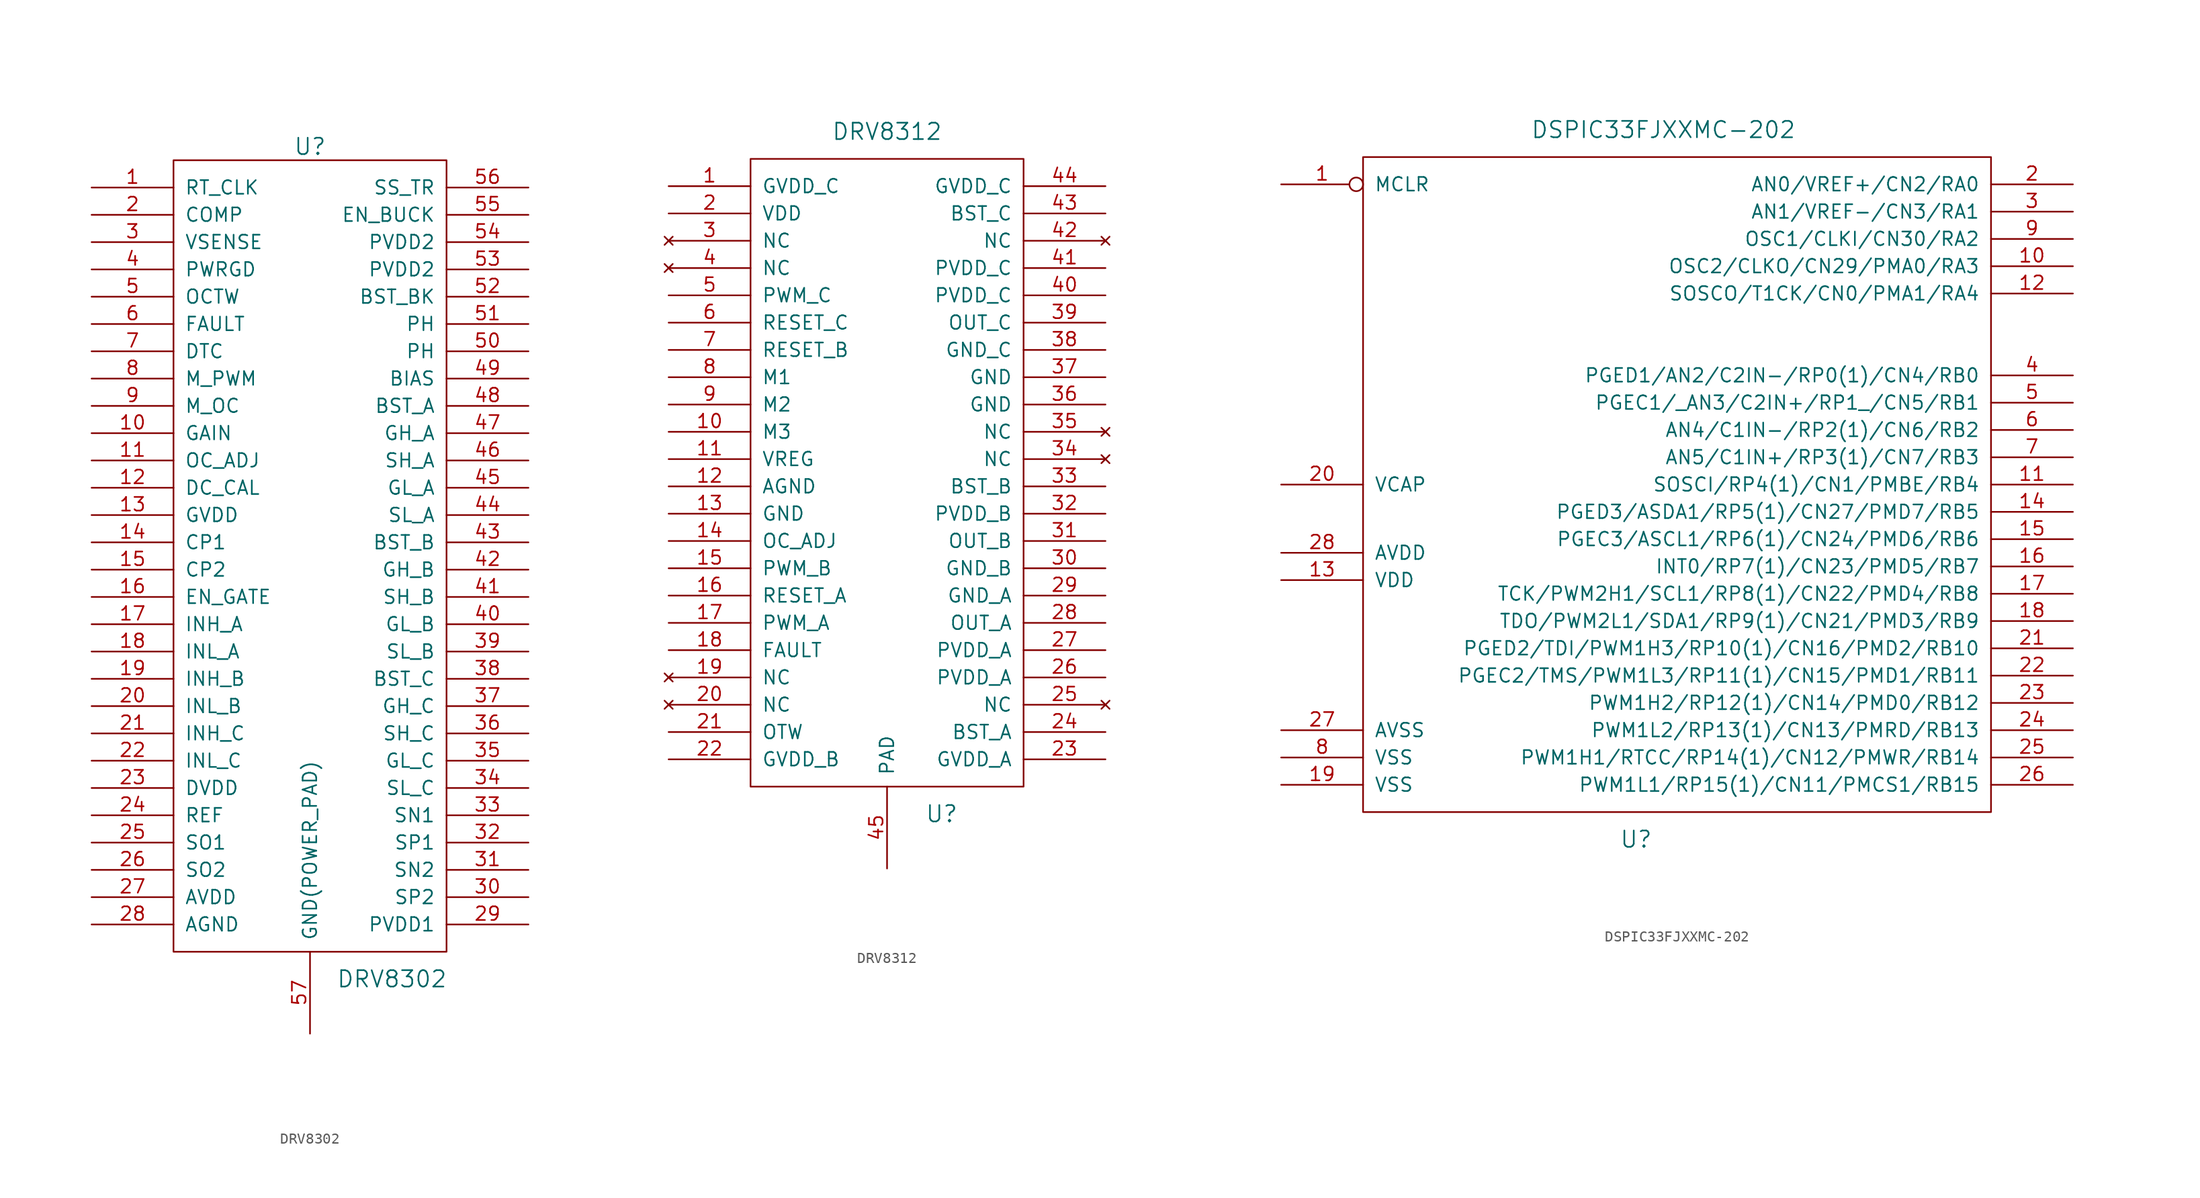
<source format=kicad_sym>
(kicad_symbol_lib
  (version 20231120)
  (generator "kicad_symbol_editor")
  (generator_version "8.0")
  (symbol "DRV8302"
    (pin_names
      (offset 1.016))
    (property "Reference" "U"
      (at 0 38.1 0)
      (effects (font (size 1.524 1.524))))
    (property "Value" "DRV8302"
      (at 7.62 -39.37 0)
      (effects (font (size 1.524 1.524))))
    (property "Footprint" ""
      (at 0 0 0)
      (effects (font (size 1.524 1.524))))
    (property "Datasheet" ""
      (at 0 0 0)
      (effects (font (size 1.524 1.524))))
    (symbol "DRV8302_0_1"
      (rectangle (start 12.7 -36.83) (end -12.7 36.83) (stroke (width 0) (type solid)) (fill (type none))))
    (symbol "DRV8302_1_0"
      (pin passive line (at 20.32 21.59 180) (length 7.62) (name "PH" (effects (font (size 1.27 1.27)))) (number "51" (effects (font (size 1.27 1.27))))))
    (symbol "DRV8302_1_1"
      (pin input line (at -20.32 34.29 0) (length 7.62) (name "RT_CLK" (effects (font (size 1.27 1.27)))) (number "1" (effects (font (size 1.27 1.27)))))
      (pin input line (at -20.32 11.43 0) (length 7.62) (name "GAIN" (effects (font (size 1.27 1.27)))) (number "10" (effects (font (size 1.27 1.27)))))
      (pin input line (at -20.32 8.89 0) (length 7.62) (name "OC_ADJ" (effects (font (size 1.27 1.27)))) (number "11" (effects (font (size 1.27 1.27)))))
      (pin input line (at -20.32 6.35 0) (length 7.62) (name "DC_CAL" (effects (font (size 1.27 1.27)))) (number "12" (effects (font (size 1.27 1.27)))))
      (pin power_out line (at -20.32 3.81 0) (length 7.62) (name "GVDD" (effects (font (size 1.27 1.27)))) (number "13" (effects (font (size 1.27 1.27)))))
      (pin power_out line (at -20.32 1.27 0) (length 7.62) (name "CP1" (effects (font (size 1.27 1.27)))) (number "14" (effects (font (size 1.27 1.27)))))
      (pin power_out line (at -20.32 -1.27 0) (length 7.62) (name "CP2" (effects (font (size 1.27 1.27)))) (number "15" (effects (font (size 1.27 1.27)))))
      (pin input line (at -20.32 -3.81 0) (length 7.62) (name "EN_GATE" (effects (font (size 1.27 1.27)))) (number "16" (effects (font (size 1.27 1.27)))))
      (pin input line (at -20.32 -6.35 0) (length 7.62) (name "INH_A" (effects (font (size 1.27 1.27)))) (number "17" (effects (font (size 1.27 1.27)))))
      (pin input line (at -20.32 -8.89 0) (length 7.62) (name "INL_A" (effects (font (size 1.27 1.27)))) (number "18" (effects (font (size 1.27 1.27)))))
      (pin input line (at -20.32 -11.43 0) (length 7.62) (name "INH_B" (effects (font (size 1.27 1.27)))) (number "19" (effects (font (size 1.27 1.27)))))
      (pin output line (at -20.32 31.75 0) (length 7.62) (name "COMP" (effects (font (size 1.27 1.27)))) (number "2" (effects (font (size 1.27 1.27)))))
      (pin input line (at -20.32 -13.97 0) (length 7.62) (name "INL_B" (effects (font (size 1.27 1.27)))) (number "20" (effects (font (size 1.27 1.27)))))
      (pin input line (at -20.32 -16.51 0) (length 7.62) (name "INH_C" (effects (font (size 1.27 1.27)))) (number "21" (effects (font (size 1.27 1.27)))))
      (pin input line (at -20.32 -19.05 0) (length 7.62) (name "INL_C" (effects (font (size 1.27 1.27)))) (number "22" (effects (font (size 1.27 1.27)))))
      (pin power_out line (at -20.32 -21.59 0) (length 7.62) (name "DVDD" (effects (font (size 1.27 1.27)))) (number "23" (effects (font (size 1.27 1.27)))))
      (pin input line (at -20.32 -24.13 0) (length 7.62) (name "REF" (effects (font (size 1.27 1.27)))) (number "24" (effects (font (size 1.27 1.27)))))
      (pin output line (at -20.32 -26.67 0) (length 7.62) (name "SO1" (effects (font (size 1.27 1.27)))) (number "25" (effects (font (size 1.27 1.27)))))
      (pin output line (at -20.32 -29.21 0) (length 7.62) (name "SO2" (effects (font (size 1.27 1.27)))) (number "26" (effects (font (size 1.27 1.27)))))
      (pin power_out line (at -20.32 -31.75 0) (length 7.62) (name "AVDD" (effects (font (size 1.27 1.27)))) (number "27" (effects (font (size 1.27 1.27)))))
      (pin power_in line (at -20.32 -34.29 0) (length 7.62) (name "AGND" (effects (font (size 1.27 1.27)))) (number "28" (effects (font (size 1.27 1.27)))))
      (pin power_in line (at 20.32 -34.29 180) (length 7.62) (name "PVDD1" (effects (font (size 1.27 1.27)))) (number "29" (effects (font (size 1.27 1.27)))))
      (pin input line (at -20.32 29.21 0) (length 7.62) (name "VSENSE" (effects (font (size 1.27 1.27)))) (number "3" (effects (font (size 1.27 1.27)))))
      (pin input line (at 20.32 -31.75 180) (length 7.62) (name "SP2" (effects (font (size 1.27 1.27)))) (number "30" (effects (font (size 1.27 1.27)))))
      (pin input line (at 20.32 -29.21 180) (length 7.62) (name "SN2" (effects (font (size 1.27 1.27)))) (number "31" (effects (font (size 1.27 1.27)))))
      (pin input line (at 20.32 -26.67 180) (length 7.62) (name "SP1" (effects (font (size 1.27 1.27)))) (number "32" (effects (font (size 1.27 1.27)))))
      (pin input line (at 20.32 -24.13 180) (length 7.62) (name "SN1" (effects (font (size 1.27 1.27)))) (number "33" (effects (font (size 1.27 1.27)))))
      (pin input line (at 20.32 -21.59 180) (length 7.62) (name "SL_C" (effects (font (size 1.27 1.27)))) (number "34" (effects (font (size 1.27 1.27)))))
      (pin output line (at 20.32 -19.05 180) (length 7.62) (name "GL_C" (effects (font (size 1.27 1.27)))) (number "35" (effects (font (size 1.27 1.27)))))
      (pin input line (at 20.32 -16.51 180) (length 7.62) (name "SH_C" (effects (font (size 1.27 1.27)))) (number "36" (effects (font (size 1.27 1.27)))))
      (pin output line (at 20.32 -13.97 180) (length 7.62) (name "GH_C" (effects (font (size 1.27 1.27)))) (number "37" (effects (font (size 1.27 1.27)))))
      (pin power_out line (at 20.32 -11.43 180) (length 7.62) (name "BST_C" (effects (font (size 1.27 1.27)))) (number "38" (effects (font (size 1.27 1.27)))))
      (pin input line (at 20.32 -8.89 180) (length 7.62) (name "SL_B" (effects (font (size 1.27 1.27)))) (number "39" (effects (font (size 1.27 1.27)))))
      (pin input line (at -20.32 26.67 0) (length 7.62) (name "PWRGD" (effects (font (size 1.27 1.27)))) (number "4" (effects (font (size 1.27 1.27)))))
      (pin output line (at 20.32 -6.35 180) (length 7.62) (name "GL_B" (effects (font (size 1.27 1.27)))) (number "40" (effects (font (size 1.27 1.27)))))
      (pin input line (at 20.32 -3.81 180) (length 7.62) (name "SH_B" (effects (font (size 1.27 1.27)))) (number "41" (effects (font (size 1.27 1.27)))))
      (pin output line (at 20.32 -1.27 180) (length 7.62) (name "GH_B" (effects (font (size 1.27 1.27)))) (number "42" (effects (font (size 1.27 1.27)))))
      (pin power_out line (at 20.32 1.27 180) (length 7.62) (name "BST_B" (effects (font (size 1.27 1.27)))) (number "43" (effects (font (size 1.27 1.27)))))
      (pin input line (at 20.32 3.81 180) (length 7.62) (name "SL_A" (effects (font (size 1.27 1.27)))) (number "44" (effects (font (size 1.27 1.27)))))
      (pin output line (at 20.32 6.35 180) (length 7.62) (name "GL_A" (effects (font (size 1.27 1.27)))) (number "45" (effects (font (size 1.27 1.27)))))
      (pin input line (at 20.32 8.89 180) (length 7.62) (name "SH_A" (effects (font (size 1.27 1.27)))) (number "46" (effects (font (size 1.27 1.27)))))
      (pin output line (at 20.32 11.43 180) (length 7.62) (name "GH_A" (effects (font (size 1.27 1.27)))) (number "47" (effects (font (size 1.27 1.27)))))
      (pin power_out line (at 20.32 13.97 180) (length 7.62) (name "BST_A" (effects (font (size 1.27 1.27)))) (number "48" (effects (font (size 1.27 1.27)))))
      (pin input line (at 20.32 16.51 180) (length 7.62) (name "BIAS" (effects (font (size 1.27 1.27)))) (number "49" (effects (font (size 1.27 1.27)))))
      (pin output line (at -20.32 24.13 0) (length 7.62) (name "OCTW" (effects (font (size 1.27 1.27)))) (number "5" (effects (font (size 1.27 1.27)))))
      (pin output line (at 20.32 19.05 180) (length 7.62) (name "PH" (effects (font (size 1.27 1.27)))) (number "50" (effects (font (size 1.27 1.27)))))
      (pin power_out line (at 20.32 24.13 180) (length 7.62) (name "BST_BK" (effects (font (size 1.27 1.27)))) (number "52" (effects (font (size 1.27 1.27)))))
      (pin power_in line (at 20.32 26.67 180) (length 7.62) (name "PVDD2" (effects (font (size 1.27 1.27)))) (number "53" (effects (font (size 1.27 1.27)))))
      (pin power_in line (at 20.32 29.21 180) (length 7.62) (name "PVDD2" (effects (font (size 1.27 1.27)))) (number "54" (effects (font (size 1.27 1.27)))))
      (pin input line (at 20.32 31.75 180) (length 7.62) (name "EN_BUCK" (effects (font (size 1.27 1.27)))) (number "55" (effects (font (size 1.27 1.27)))))
      (pin input line (at 20.32 34.29 180) (length 7.62) (name "SS_TR" (effects (font (size 1.27 1.27)))) (number "56" (effects (font (size 1.27 1.27)))))
      (pin power_in line (at 0 -44.45 90) (length 7.62) (name "GND(POWER_PAD)" (effects (font (size 1.27 1.27)))) (number "57" (effects (font (size 1.27 1.27)))))
      (pin output line (at -20.32 21.59 0) (length 7.62) (name "FAULT" (effects (font (size 1.27 1.27)))) (number "6" (effects (font (size 1.27 1.27)))))
      (pin input line (at -20.32 19.05 0) (length 7.62) (name "DTC" (effects (font (size 1.27 1.27)))) (number "7" (effects (font (size 1.27 1.27)))))
      (pin input line (at -20.32 16.51 0) (length 7.62) (name "M_PWM" (effects (font (size 1.27 1.27)))) (number "8" (effects (font (size 1.27 1.27)))))
      (pin input line (at -20.32 13.97 0) (length 7.62) (name "M_OC" (effects (font (size 1.27 1.27)))) (number "9" (effects (font (size 1.27 1.27)))))))
  (symbol "DRV8312"
    (pin_names
      (offset 1.016))
    (property "Reference" "U"
      (at 5.08 -31.75 0)
      (effects (font (size 1.524 1.524))))
    (property "Value" "DRV8312"
      (at 0 31.75 0)
      (effects (font (size 1.524 1.524))))
    (property "Footprint" ""
      (at 0 0 0)
      (effects (font (size 1.524 1.524))))
    (property "Datasheet" ""
      (at 0 0 0)
      (effects (font (size 1.524 1.524))))
    (symbol "DRV8312_0_1"
      (rectangle (start -12.7 29.21) (end 12.7 -29.21) (stroke (width 0) (type solid)) (fill (type none))))
    (symbol "DRV8312_1_1"
      (pin power_in line (at -20.32 26.67 0) (length 7.62) (name "GVDD_C" (effects (font (size 1.27 1.27)))) (number "1" (effects (font (size 1.27 1.27)))))
      (pin input line (at -20.32 3.81 0) (length 7.62) (name "M3" (effects (font (size 1.27 1.27)))) (number "10" (effects (font (size 1.27 1.27)))))
      (pin power_out line (at -20.32 1.27 0) (length 7.62) (name "VREG" (effects (font (size 1.27 1.27)))) (number "11" (effects (font (size 1.27 1.27)))))
      (pin power_in line (at -20.32 -1.27 0) (length 7.62) (name "AGND" (effects (font (size 1.27 1.27)))) (number "12" (effects (font (size 1.27 1.27)))))
      (pin power_in line (at -20.32 -3.81 0) (length 7.62) (name "GND" (effects (font (size 1.27 1.27)))) (number "13" (effects (font (size 1.27 1.27)))))
      (pin output line (at -20.32 -6.35 0) (length 7.62) (name "OC_ADJ" (effects (font (size 1.27 1.27)))) (number "14" (effects (font (size 1.27 1.27)))))
      (pin input line (at -20.32 -8.89 0) (length 7.62) (name "PWM_B" (effects (font (size 1.27 1.27)))) (number "15" (effects (font (size 1.27 1.27)))))
      (pin input line (at -20.32 -11.43 0) (length 7.62) (name "RESET_A" (effects (font (size 1.27 1.27)))) (number "16" (effects (font (size 1.27 1.27)))))
      (pin input line (at -20.32 -13.97 0) (length 7.62) (name "PWM_A" (effects (font (size 1.27 1.27)))) (number "17" (effects (font (size 1.27 1.27)))))
      (pin output line (at -20.32 -16.51 0) (length 7.62) (name "FAULT" (effects (font (size 1.27 1.27)))) (number "18" (effects (font (size 1.27 1.27)))))
      (pin no_connect line (at -20.32 -19.05 0) (length 7.62) (name "NC" (effects (font (size 1.27 1.27)))) (number "19" (effects (font (size 1.27 1.27)))))
      (pin power_in line (at -20.32 24.13 0) (length 7.62) (name "VDD" (effects (font (size 1.27 1.27)))) (number "2" (effects (font (size 1.27 1.27)))))
      (pin no_connect line (at -20.32 -21.59 0) (length 7.62) (name "NC" (effects (font (size 1.27 1.27)))) (number "20" (effects (font (size 1.27 1.27)))))
      (pin output line (at -20.32 -24.13 0) (length 7.62) (name "OTW" (effects (font (size 1.27 1.27)))) (number "21" (effects (font (size 1.27 1.27)))))
      (pin power_in line (at -20.32 -26.67 0) (length 7.62) (name "GVDD_B" (effects (font (size 1.27 1.27)))) (number "22" (effects (font (size 1.27 1.27)))))
      (pin power_in line (at 20.32 -26.67 180) (length 7.62) (name "GVDD_A" (effects (font (size 1.27 1.27)))) (number "23" (effects (font (size 1.27 1.27)))))
      (pin power_out line (at 20.32 -24.13 180) (length 7.62) (name "BST_A" (effects (font (size 1.27 1.27)))) (number "24" (effects (font (size 1.27 1.27)))))
      (pin no_connect line (at 20.32 -21.59 180) (length 7.62) (name "NC" (effects (font (size 1.27 1.27)))) (number "25" (effects (font (size 1.27 1.27)))))
      (pin power_in line (at 20.32 -19.05 180) (length 7.62) (name "PVDD_A" (effects (font (size 1.27 1.27)))) (number "26" (effects (font (size 1.27 1.27)))))
      (pin power_in line (at 20.32 -16.51 180) (length 7.62) (name "PVDD_A" (effects (font (size 1.27 1.27)))) (number "27" (effects (font (size 1.27 1.27)))))
      (pin output line (at 20.32 -13.97 180) (length 7.62) (name "OUT_A" (effects (font (size 1.27 1.27)))) (number "28" (effects (font (size 1.27 1.27)))))
      (pin power_in line (at 20.32 -11.43 180) (length 7.62) (name "GND_A" (effects (font (size 1.27 1.27)))) (number "29" (effects (font (size 1.27 1.27)))))
      (pin no_connect line (at -20.32 21.59 0) (length 7.62) (name "NC" (effects (font (size 1.27 1.27)))) (number "3" (effects (font (size 1.27 1.27)))))
      (pin power_in line (at 20.32 -8.89 180) (length 7.62) (name "GND_B" (effects (font (size 1.27 1.27)))) (number "30" (effects (font (size 1.27 1.27)))))
      (pin output line (at 20.32 -6.35 180) (length 7.62) (name "OUT_B" (effects (font (size 1.27 1.27)))) (number "31" (effects (font (size 1.27 1.27)))))
      (pin power_in line (at 20.32 -3.81 180) (length 7.62) (name "PVDD_B" (effects (font (size 1.27 1.27)))) (number "32" (effects (font (size 1.27 1.27)))))
      (pin power_out line (at 20.32 -1.27 180) (length 7.62) (name "BST_B" (effects (font (size 1.27 1.27)))) (number "33" (effects (font (size 1.27 1.27)))))
      (pin no_connect line (at 20.32 1.27 180) (length 7.62) (name "NC" (effects (font (size 1.27 1.27)))) (number "34" (effects (font (size 1.27 1.27)))))
      (pin no_connect line (at 20.32 3.81 180) (length 7.62) (name "NC" (effects (font (size 1.27 1.27)))) (number "35" (effects (font (size 1.27 1.27)))))
      (pin power_in line (at 20.32 6.35 180) (length 7.62) (name "GND" (effects (font (size 1.27 1.27)))) (number "36" (effects (font (size 1.27 1.27)))))
      (pin power_in line (at 20.32 8.89 180) (length 7.62) (name "GND" (effects (font (size 1.27 1.27)))) (number "37" (effects (font (size 1.27 1.27)))))
      (pin power_in line (at 20.32 11.43 180) (length 7.62) (name "GND_C" (effects (font (size 1.27 1.27)))) (number "38" (effects (font (size 1.27 1.27)))))
      (pin output line (at 20.32 13.97 180) (length 7.62) (name "OUT_C" (effects (font (size 1.27 1.27)))) (number "39" (effects (font (size 1.27 1.27)))))
      (pin no_connect line (at -20.32 19.05 0) (length 7.62) (name "NC" (effects (font (size 1.27 1.27)))) (number "4" (effects (font (size 1.27 1.27)))))
      (pin power_in line (at 20.32 16.51 180) (length 7.62) (name "PVDD_C" (effects (font (size 1.27 1.27)))) (number "40" (effects (font (size 1.27 1.27)))))
      (pin power_in line (at 20.32 19.05 180) (length 7.62) (name "PVDD_C" (effects (font (size 1.27 1.27)))) (number "41" (effects (font (size 1.27 1.27)))))
      (pin no_connect line (at 20.32 21.59 180) (length 7.62) (name "NC" (effects (font (size 1.27 1.27)))) (number "42" (effects (font (size 1.27 1.27)))))
      (pin power_out line (at 20.32 24.13 180) (length 7.62) (name "BST_C" (effects (font (size 1.27 1.27)))) (number "43" (effects (font (size 1.27 1.27)))))
      (pin power_in line (at 20.32 26.67 180) (length 7.62) (name "GVDD_C" (effects (font (size 1.27 1.27)))) (number "44" (effects (font (size 1.27 1.27)))))
      (pin input line (at 0 -36.83 90) (length 7.62) (name "PAD" (effects (font (size 1.27 1.27)))) (number "45" (effects (font (size 1.27 1.27)))))
      (pin input line (at -20.32 16.51 0) (length 7.62) (name "PWM_C" (effects (font (size 1.27 1.27)))) (number "5" (effects (font (size 1.27 1.27)))))
      (pin input line (at -20.32 13.97 0) (length 7.62) (name "RESET_C" (effects (font (size 1.27 1.27)))) (number "6" (effects (font (size 1.27 1.27)))))
      (pin input line (at -20.32 11.43 0) (length 7.62) (name "RESET_B" (effects (font (size 1.27 1.27)))) (number "7" (effects (font (size 1.27 1.27)))))
      (pin input line (at -20.32 8.89 0) (length 7.62) (name "M1" (effects (font (size 1.27 1.27)))) (number "8" (effects (font (size 1.27 1.27)))))
      (pin input line (at -20.32 6.35 0) (length 7.62) (name "M2" (effects (font (size 1.27 1.27)))) (number "9" (effects (font (size 1.27 1.27)))))))
  (symbol "DSPIC33FJXXMC-202"
    (pin_names
      (offset 1.016))
    (property "Reference" "U"
      (at -3.81 -33.02 0)
      (effects (font (size 1.524 1.524))))
    (property "Value" "DSPIC33FJXXMC-202"
      (at -1.27 33.02 0)
      (effects (font (size 1.524 1.524))))
    (property "Footprint" ""
      (at 0 0 0)
      (effects (font (size 1.524 1.524))))
    (property "Datasheet" ""
      (at 0 0 0)
      (effects (font (size 1.524 1.524))))
    (symbol "DSPIC33FJXXMC-202_0_1"
      (rectangle (start -29.21 30.48) (end 29.21 -30.48) (stroke (width 0) (type solid)) (fill (type none))))
    (symbol "DSPIC33FJXXMC-202_1_1"
      (pin input inverted (at -36.83 27.94 0) (length 7.62) (name "MCLR" (effects (font (size 1.27 1.27)))) (number "1" (effects (font (size 1.27 1.27)))))
      (pin bidirectional line (at 36.83 20.32 180) (length 7.62) (name "OSC2/CLKO/CN29/PMA0/RA3" (effects (font (size 1.27 1.27)))) (number "10" (effects (font (size 1.27 1.27)))))
      (pin bidirectional line (at 36.83 0 180) (length 7.62) (name "SOSCI/RP4(1)/CN1/PMBE/RB4" (effects (font (size 1.27 1.27)))) (number "11" (effects (font (size 1.27 1.27)))))
      (pin bidirectional line (at 36.83 17.78 180) (length 7.62) (name "SOSCO/T1CK/CN0/PMA1/RA4" (effects (font (size 1.27 1.27)))) (number "12" (effects (font (size 1.27 1.27)))))
      (pin power_in line (at -36.83 -8.89 0) (length 7.62) (name "VDD" (effects (font (size 1.27 1.27)))) (number "13" (effects (font (size 1.27 1.27)))))
      (pin bidirectional line (at 36.83 -2.54 180) (length 7.62) (name "PGED3/ASDA1/RP5(1)/CN27/PMD7/RB5" (effects (font (size 1.27 1.27)))) (number "14" (effects (font (size 1.27 1.27)))))
      (pin bidirectional line (at 36.83 -5.08 180) (length 7.62) (name "PGEC3/ASCL1/RP6(1)/CN24/PMD6/RB6" (effects (font (size 1.27 1.27)))) (number "15" (effects (font (size 1.27 1.27)))))
      (pin bidirectional line (at 36.83 -7.62 180) (length 7.62) (name "INT0/RP7(1)/CN23/PMD5/RB7" (effects (font (size 1.27 1.27)))) (number "16" (effects (font (size 1.27 1.27)))))
      (pin bidirectional line (at 36.83 -10.16 180) (length 7.62) (name "TCK/PWM2H1/SCL1/RP8(1)/CN22/PMD4/RB8" (effects (font (size 1.27 1.27)))) (number "17" (effects (font (size 1.27 1.27)))))
      (pin bidirectional line (at 36.83 -12.7 180) (length 7.62) (name "TDO/PWM2L1/SDA1/RP9(1)/CN21/PMD3/RB9" (effects (font (size 1.27 1.27)))) (number "18" (effects (font (size 1.27 1.27)))))
      (pin output line (at -36.83 -27.94 0) (length 7.62) (name "VSS" (effects (font (size 1.27 1.27)))) (number "19" (effects (font (size 1.27 1.27)))))
      (pin input line (at 36.83 27.94 180) (length 7.62) (name "AN0/VREF+/CN2/RA0" (effects (font (size 1.27 1.27)))) (number "2" (effects (font (size 1.27 1.27)))))
      (pin output line (at -36.83 0 0) (length 7.62) (name "VCAP" (effects (font (size 1.27 1.27)))) (number "20" (effects (font (size 1.27 1.27)))))
      (pin bidirectional line (at 36.83 -15.24 180) (length 7.62) (name "PGED2/TDI/PWM1H3/RP10(1)/CN16/PMD2/RB10" (effects (font (size 1.27 1.27)))) (number "21" (effects (font (size 1.27 1.27)))))
      (pin bidirectional line (at 36.83 -17.78 180) (length 7.62) (name "PGEC2/TMS/PWM1L3/RP11(1)/CN15/PMD1/RB11" (effects (font (size 1.27 1.27)))) (number "22" (effects (font (size 1.27 1.27)))))
      (pin bidirectional line (at 36.83 -20.32 180) (length 7.62) (name "PWM1H2/RP12(1)/CN14/PMD0/RB12" (effects (font (size 1.27 1.27)))) (number "23" (effects (font (size 1.27 1.27)))))
      (pin bidirectional line (at 36.83 -22.86 180) (length 7.62) (name "PWM1L2/RP13(1)/CN13/PMRD/RB13" (effects (font (size 1.27 1.27)))) (number "24" (effects (font (size 1.27 1.27)))))
      (pin bidirectional line (at 36.83 -25.4 180) (length 7.62) (name "PWM1H1/RTCC/RP14(1)/CN12/PMWR/RB14" (effects (font (size 1.27 1.27)))) (number "25" (effects (font (size 1.27 1.27)))))
      (pin bidirectional line (at 36.83 -27.94 180) (length 7.62) (name "PWM1L1/RP15(1)/CN11/PMCS1/RB15" (effects (font (size 1.27 1.27)))) (number "26" (effects (font (size 1.27 1.27)))))
      (pin power_in line (at -36.83 -22.86 0) (length 7.62) (name "AVSS" (effects (font (size 1.27 1.27)))) (number "27" (effects (font (size 1.27 1.27)))))
      (pin power_in line (at -36.83 -6.35 0) (length 7.62) (name "AVDD" (effects (font (size 1.27 1.27)))) (number "28" (effects (font (size 1.27 1.27)))))
      (pin bidirectional line (at 36.83 25.4 180) (length 7.62) (name "AN1/VREF-/CN3/RA1" (effects (font (size 1.27 1.27)))) (number "3" (effects (font (size 1.27 1.27)))))
      (pin bidirectional line (at 36.83 10.16 180) (length 7.62) (name "PGED1/AN2/C2IN-/RP0(1)/CN4/RB0" (effects (font (size 1.27 1.27)))) (number "4" (effects (font (size 1.27 1.27)))))
      (pin bidirectional line (at 36.83 7.62 180) (length 7.62) (name "PGEC1/_AN3/C2IN+/RP1_/CN5/RB1" (effects (font (size 1.27 1.27)))) (number "5" (effects (font (size 1.27 1.27)))))
      (pin bidirectional line (at 36.83 5.08 180) (length 7.62) (name "AN4/C1IN-/RP2(1)/CN6/RB2" (effects (font (size 1.27 1.27)))) (number "6" (effects (font (size 1.27 1.27)))))
      (pin bidirectional line (at 36.83 2.54 180) (length 7.62) (name "AN5/C1IN+/RP3(1)/CN7/RB3" (effects (font (size 1.27 1.27)))) (number "7" (effects (font (size 1.27 1.27)))))
      (pin power_in line (at -36.83 -25.4 0) (length 7.62) (name "VSS" (effects (font (size 1.27 1.27)))) (number "8" (effects (font (size 1.27 1.27)))))
      (pin bidirectional line (at 36.83 22.86 180) (length 7.62) (name "OSC1/CLKI/CN30/RA2" (effects (font (size 1.27 1.27)))) (number "9" (effects (font (size 1.27 1.27))))))))
</source>
